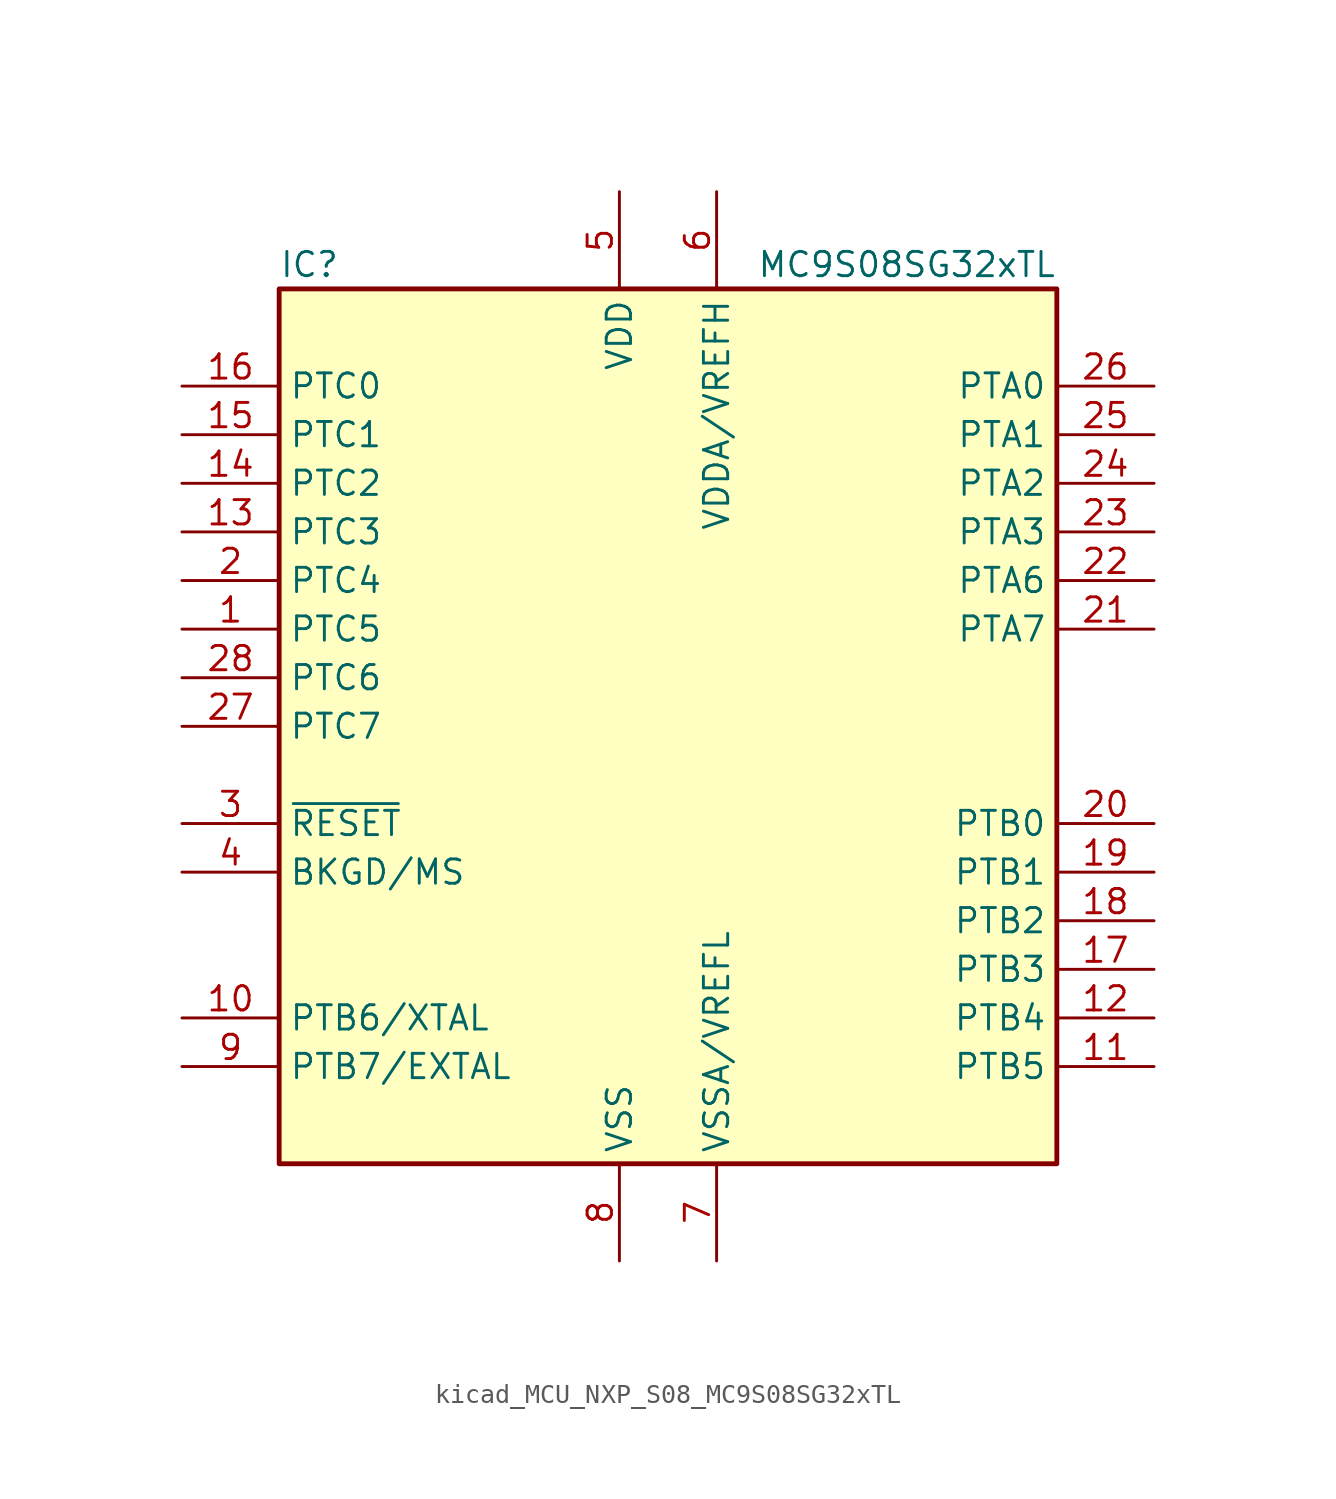
<source format=kicad_sym>
(kicad_symbol_lib
  (version 20220914)
  (generator kicad_symbol_editor)
  (symbol "kicad_MCU_NXP_S08_MC9S08SG32xTL"
    (property "Reference" "IC"
      (at -20.32 24.13 0)
      (effects (font (size 1.27 1.27)) (justify left)))
    (property "Value" "MC9S08SG32xTL"
      (at 20.32 24.13 0)
      (effects (font (size 1.27 1.27)) (justify right)))
    (symbol "kicad_MCU_NXP_S08_MC9S08SG32xTL_0_1"
      (rectangle (start -20.32 22.86) (end 20.32 -22.86) (stroke (width 0.254) (type default)) (fill (type background))))
    (symbol "kicad_MCU_NXP_S08_MC9S08SG32xTL_1_1"
      (pin bidirectional line (at -25.4 5.08 0) (length 5.08) (name "PTC5" (effects (font (size 1.27 1.27)))) (number "1" (effects (font (size 1.27 1.27)))))
      (pin bidirectional line (at -25.4 -15.24 0) (length 5.08) (name "PTB6/XTAL" (effects (font (size 1.27 1.27)))) (number "10" (effects (font (size 1.27 1.27)))))
      (pin bidirectional line (at 25.4 -17.78 180) (length 5.08) (name "PTB5" (effects (font (size 1.27 1.27)))) (number "11" (effects (font (size 1.27 1.27)))))
      (pin bidirectional line (at 25.4 -15.24 180) (length 5.08) (name "PTB4" (effects (font (size 1.27 1.27)))) (number "12" (effects (font (size 1.27 1.27)))))
      (pin bidirectional line (at -25.4 10.16 0) (length 5.08) (name "PTC3" (effects (font (size 1.27 1.27)))) (number "13" (effects (font (size 1.27 1.27)))))
      (pin bidirectional line (at -25.4 12.7 0) (length 5.08) (name "PTC2" (effects (font (size 1.27 1.27)))) (number "14" (effects (font (size 1.27 1.27)))))
      (pin bidirectional line (at -25.4 15.24 0) (length 5.08) (name "PTC1" (effects (font (size 1.27 1.27)))) (number "15" (effects (font (size 1.27 1.27)))))
      (pin bidirectional line (at -25.4 17.78 0) (length 5.08) (name "PTC0" (effects (font (size 1.27 1.27)))) (number "16" (effects (font (size 1.27 1.27)))))
      (pin bidirectional line (at 25.4 -12.7 180) (length 5.08) (name "PTB3" (effects (font (size 1.27 1.27)))) (number "17" (effects (font (size 1.27 1.27)))))
      (pin bidirectional line (at 25.4 -10.16 180) (length 5.08) (name "PTB2" (effects (font (size 1.27 1.27)))) (number "18" (effects (font (size 1.27 1.27)))))
      (pin bidirectional line (at 25.4 -7.62 180) (length 5.08) (name "PTB1" (effects (font (size 1.27 1.27)))) (number "19" (effects (font (size 1.27 1.27)))))
      (pin bidirectional line (at -25.4 7.62 0) (length 5.08) (name "PTC4" (effects (font (size 1.27 1.27)))) (number "2" (effects (font (size 1.27 1.27)))))
      (pin bidirectional line (at 25.4 -5.08 180) (length 5.08) (name "PTB0" (effects (font (size 1.27 1.27)))) (number "20" (effects (font (size 1.27 1.27)))))
      (pin bidirectional line (at 25.4 5.08 180) (length 5.08) (name "PTA7" (effects (font (size 1.27 1.27)))) (number "21" (effects (font (size 1.27 1.27)))))
      (pin bidirectional line (at 25.4 7.62 180) (length 5.08) (name "PTA6" (effects (font (size 1.27 1.27)))) (number "22" (effects (font (size 1.27 1.27)))))
      (pin bidirectional line (at 25.4 10.16 180) (length 5.08) (name "PTA3" (effects (font (size 1.27 1.27)))) (number "23" (effects (font (size 1.27 1.27)))))
      (pin bidirectional line (at 25.4 12.7 180) (length 5.08) (name "PTA2" (effects (font (size 1.27 1.27)))) (number "24" (effects (font (size 1.27 1.27)))))
      (pin bidirectional line (at 25.4 15.24 180) (length 5.08) (name "PTA1" (effects (font (size 1.27 1.27)))) (number "25" (effects (font (size 1.27 1.27)))))
      (pin bidirectional line (at 25.4 17.78 180) (length 5.08) (name "PTA0" (effects (font (size 1.27 1.27)))) (number "26" (effects (font (size 1.27 1.27)))))
      (pin bidirectional line (at -25.4 0 0) (length 5.08) (name "PTC7" (effects (font (size 1.27 1.27)))) (number "27" (effects (font (size 1.27 1.27)))))
      (pin bidirectional line (at -25.4 2.54 0) (length 5.08) (name "PTC6" (effects (font (size 1.27 1.27)))) (number "28" (effects (font (size 1.27 1.27)))))
      (pin input line (at -25.4 -5.08 0) (length 5.08) (name "~{RESET}" (effects (font (size 1.27 1.27)))) (number "3" (effects (font (size 1.27 1.27)))))
      (pin bidirectional line (at -25.4 -7.62 0) (length 5.08) (name "BKGD/MS" (effects (font (size 1.27 1.27)))) (number "4" (effects (font (size 1.27 1.27)))))
      (pin power_in line (at -2.54 27.94 270) (length 5.08) (name "VDD" (effects (font (size 1.27 1.27)))) (number "5" (effects (font (size 1.27 1.27)))))
      (pin power_in line (at 2.54 27.94 270) (length 5.08) (name "VDDA/VREFH" (effects (font (size 1.27 1.27)))) (number "6" (effects (font (size 1.27 1.27)))))
      (pin power_in line (at 2.54 -27.94 90) (length 5.08) (name "VSSA/VREFL" (effects (font (size 1.27 1.27)))) (number "7" (effects (font (size 1.27 1.27)))))
      (pin power_in line (at -2.54 -27.94 90) (length 5.08) (name "VSS" (effects (font (size 1.27 1.27)))) (number "8" (effects (font (size 1.27 1.27)))))
      (pin bidirectional line (at -25.4 -17.78 0) (length 5.08) (name "PTB7/EXTAL" (effects (font (size 1.27 1.27)))) (number "9" (effects (font (size 1.27 1.27))))))))
</source>
